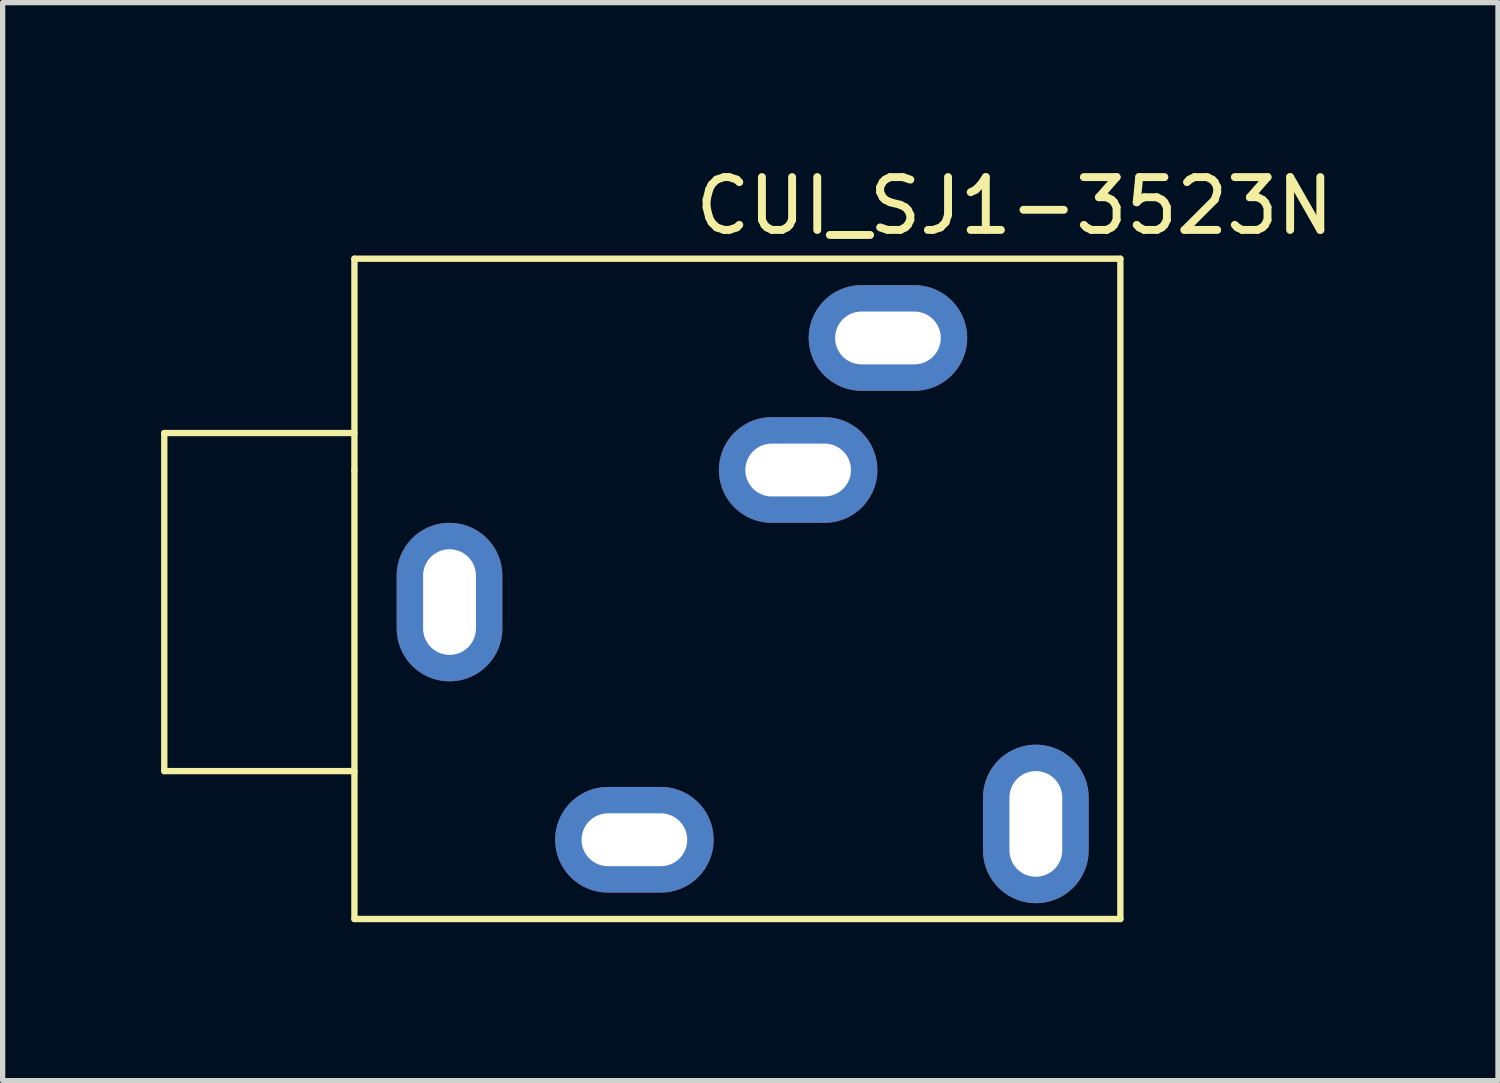
<source format=kicad_pcb>
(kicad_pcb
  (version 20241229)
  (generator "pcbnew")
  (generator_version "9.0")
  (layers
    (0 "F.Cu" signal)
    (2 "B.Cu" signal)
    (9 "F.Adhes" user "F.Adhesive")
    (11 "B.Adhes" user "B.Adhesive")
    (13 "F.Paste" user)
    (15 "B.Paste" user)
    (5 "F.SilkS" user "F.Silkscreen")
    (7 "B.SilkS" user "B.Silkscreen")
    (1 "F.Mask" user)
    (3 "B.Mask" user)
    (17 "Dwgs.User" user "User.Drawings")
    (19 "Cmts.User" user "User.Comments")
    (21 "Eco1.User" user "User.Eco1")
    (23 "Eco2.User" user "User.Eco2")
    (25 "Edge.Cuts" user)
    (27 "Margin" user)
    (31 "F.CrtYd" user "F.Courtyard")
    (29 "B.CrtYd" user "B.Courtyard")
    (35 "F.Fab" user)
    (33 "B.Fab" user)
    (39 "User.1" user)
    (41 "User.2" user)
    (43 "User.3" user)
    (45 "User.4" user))
  (footprint "CUI_SJ1-3523N"
    (layer "F.Cu")
    (at 3.66 8.348)
    (property "Reference" "CUI_SJ1-3523N" (at 12.5 -7.5 0) (layer "F.SilkS") (effects (font (size 1 1) (thickness 0.15))))
    (attr through_hole)
    (fp_line (start -3.6 -3.2) (end 0 -3.2) (stroke (width 0.12) (type solid)) (layer "F.SilkS"))
    (fp_line (start -3.6 3.2) (end -3.6 -3.2) (stroke (width 0.12) (type solid)) (layer "F.SilkS"))
    (fp_line (start 0 -6.5) (end 14.5 -6.5) (stroke (width 0.12) (type solid)) (layer "F.SilkS"))
    (fp_line (start 0 -2.5) (end 0 -6.5) (stroke (width 0.12) (type solid)) (layer "F.SilkS"))
    (fp_line (start 0 3.2) (end -3.6 3.2) (stroke (width 0.12) (type solid)) (layer "F.SilkS"))
    (fp_line (start 0 6) (end 0 -2.5) (stroke (width 0.12) (type solid)) (layer "F.SilkS"))
    (fp_line (start 14.5 -6.5) (end 14.5 6) (stroke (width 0.12) (type solid)) (layer "F.SilkS"))
    (fp_line (start 14.5 6) (end 0 6) (stroke (width 0.12) (type solid)) (layer "F.SilkS"))
    (pad "1" thru_hole oval (at 1.8 0) (size 2 3) (drill oval 1 2) (layers "*.Cu" "*.Mask"))
    (pad "2" thru_hole oval (at 5.3 4.5 90) (size 2 3) (drill oval 1 2) (layers "*.Cu" "*.Mask"))
    (pad "3" thru_hole oval (at 10.1 -5 90) (size 2 3) (drill oval 1 2) (layers "*.Cu" "*.Mask"))
    (pad "4" thru_hole oval (at 12.9 4.2 180) (size 2 3) (drill oval 1 2) (layers "*.Cu" "*.Mask"))
    (pad "5" thru_hole oval (at 8.4 -2.5 90) (size 2 3) (drill oval 1 2) (layers "*.Cu" "*.Mask")))
  (gr_rect
    (start -3 -3)
    (end 25.309 17.408)
    (stroke (width 0.1) (type default))
    (fill no)
    (layer "Edge.Cuts")))
</source>
